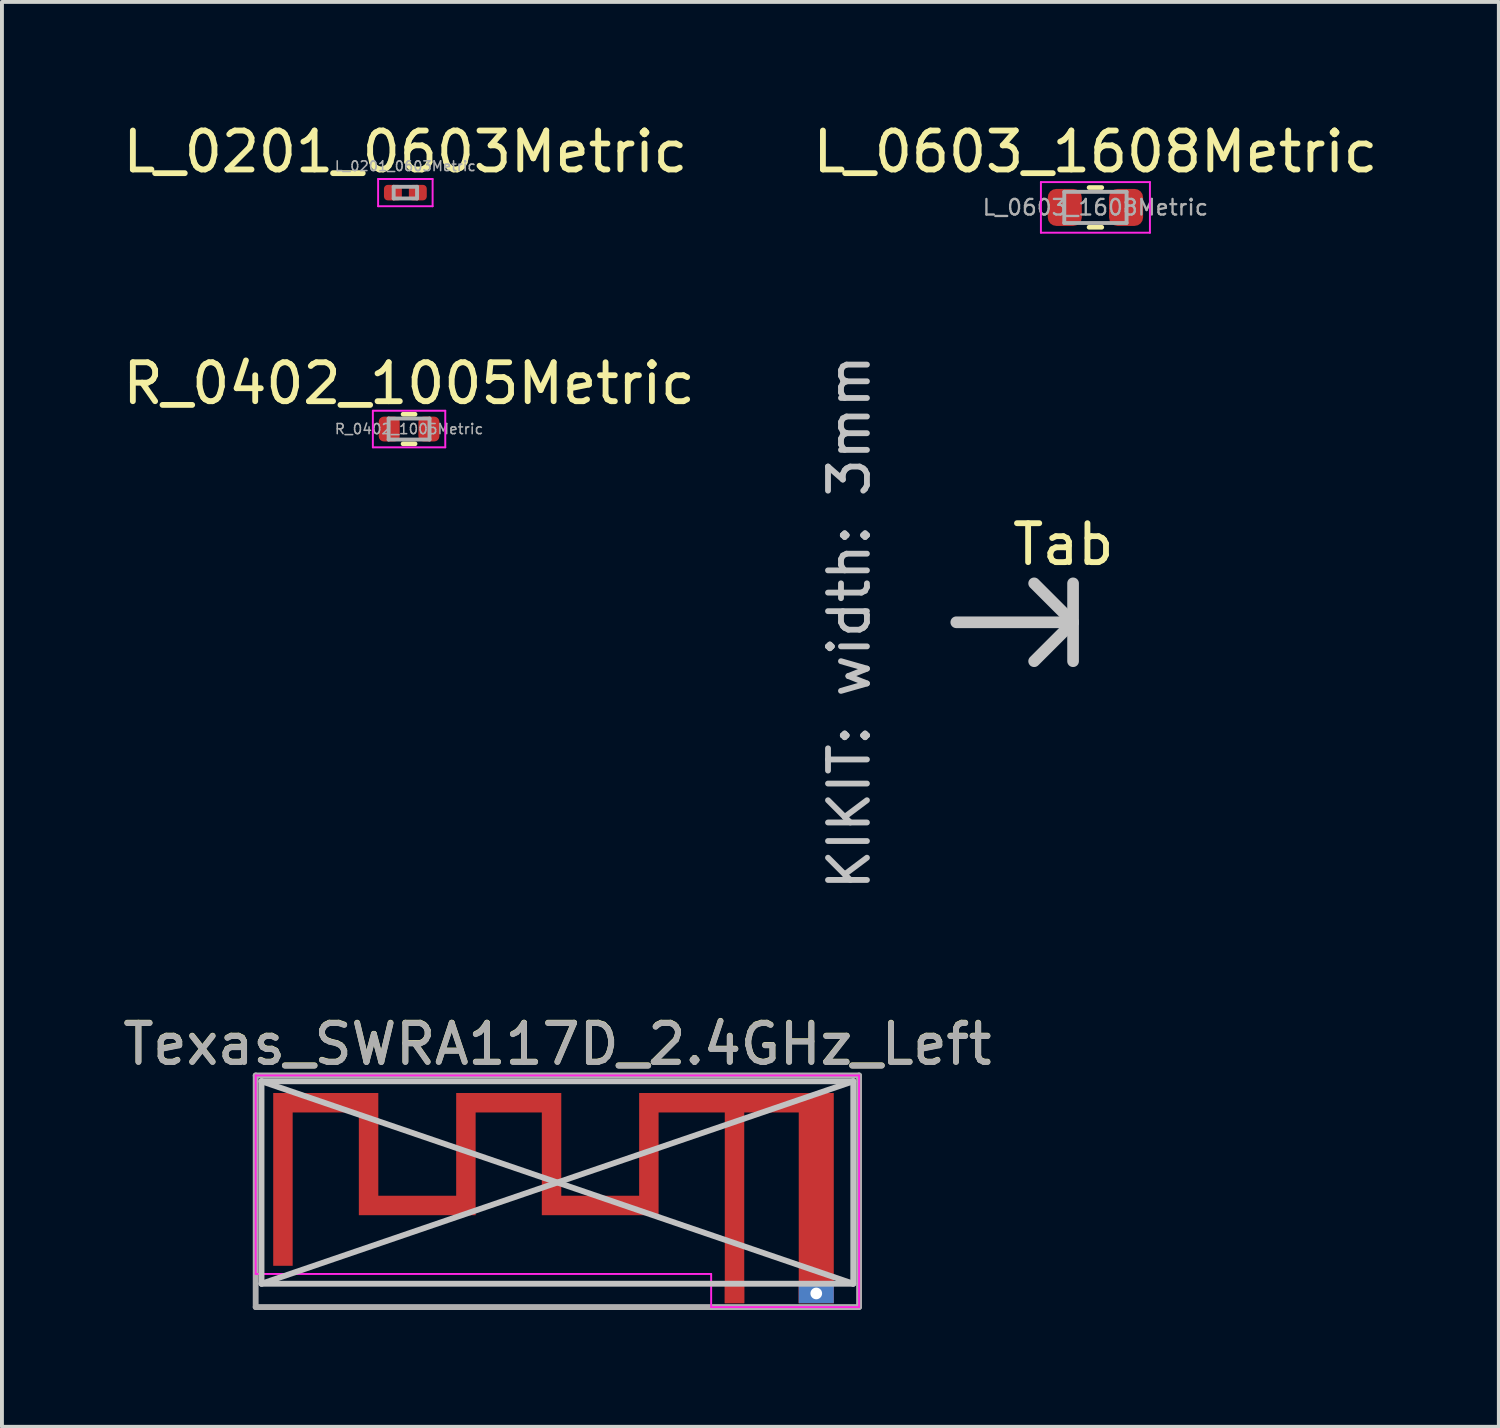
<source format=kicad_pcb>
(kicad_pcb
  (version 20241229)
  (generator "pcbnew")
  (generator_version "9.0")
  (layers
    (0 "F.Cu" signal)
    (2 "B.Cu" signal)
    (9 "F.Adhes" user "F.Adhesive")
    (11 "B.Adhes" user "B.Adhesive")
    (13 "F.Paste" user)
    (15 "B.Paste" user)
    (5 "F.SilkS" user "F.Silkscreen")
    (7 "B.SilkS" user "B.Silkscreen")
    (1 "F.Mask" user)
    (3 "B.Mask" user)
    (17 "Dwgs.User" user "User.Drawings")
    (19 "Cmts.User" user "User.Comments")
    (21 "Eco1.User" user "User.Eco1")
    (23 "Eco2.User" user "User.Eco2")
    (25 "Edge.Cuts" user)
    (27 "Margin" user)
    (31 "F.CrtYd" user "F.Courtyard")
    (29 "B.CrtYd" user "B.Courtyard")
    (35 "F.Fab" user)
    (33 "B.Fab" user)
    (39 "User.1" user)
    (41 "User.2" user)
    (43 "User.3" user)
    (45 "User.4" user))
  (footprint "L_0201_0603Metric"
    (layer "F.Cu")
    (at 7.363 1.898)
    (property "Reference" "L_0201_0603Metric" (at 0 -1.05 0) (layer "F.SilkS") (effects (font (size 1 1) (thickness 0.15))))
    (attr smd)
    (fp_line (start -0.7 -0.35) (end 0.7 -0.35) (stroke (width 0.05) (type solid)) (layer "F.CrtYd"))
    (fp_line (start -0.7 0.35) (end -0.7 -0.35) (stroke (width 0.05) (type solid)) (layer "F.CrtYd"))
    (fp_line (start 0.7 -0.35) (end 0.7 0.35) (stroke (width 0.05) (type solid)) (layer "F.CrtYd"))
    (fp_line (start 0.7 0.35) (end -0.7 0.35) (stroke (width 0.05) (type solid)) (layer "F.CrtYd"))
    (fp_line (start -0.3 -0.15) (end 0.3 -0.15) (stroke (width 0.1) (type solid)) (layer "F.Fab"))
    (fp_line (start -0.3 0.15) (end -0.3 -0.15) (stroke (width 0.1) (type solid)) (layer "F.Fab"))
    (fp_line (start 0.3 -0.15) (end 0.3 0.15) (stroke (width 0.1) (type solid)) (layer "F.Fab"))
    (fp_line (start 0.3 0.15) (end -0.3 0.15) (stroke (width 0.1) (type solid)) (layer "F.Fab"))
    (fp_text user "${REFERENCE}" (at 0 -0.68 0) (layer "F.Fab") (effects (font (size 0.25 0.25) (thickness 0.04))))
    (pad "" smd roundrect (at -0.345 0) (size 0.318 0.36) (layers "F.Paste") (roundrect_rratio 0.25))
    (pad "" smd roundrect (at 0.345 0) (size 0.318 0.36) (layers "F.Paste") (roundrect_rratio 0.25))
    (pad "1" smd roundrect (at -0.32 0) (size 0.46 0.4) (layers "F.Cu" "F.Mask") (roundrect_rratio 0.25))
    (pad "2" smd roundrect (at 0.32 0) (size 0.46 0.4) (layers "F.Cu" "F.Mask") (roundrect_rratio 0.25)))
  (footprint "R_0402_1005Metric"
    (layer "F.Cu")
    (at 7.458 7.971)
    (property "Reference" "R_0402_1005Metric" (at 0 -1.17 0) (layer "F.SilkS") (effects (font (size 1 1) (thickness 0.15))))
    (attr smd)
    (fp_line (start -0.154 -0.38) (end 0.154 -0.38) (stroke (width 0.12) (type solid)) (layer "F.SilkS"))
    (fp_line (start -0.154 0.38) (end 0.154 0.38) (stroke (width 0.12) (type solid)) (layer "F.SilkS"))
    (fp_line (start -0.93 -0.47) (end 0.93 -0.47) (stroke (width 0.05) (type solid)) (layer "F.CrtYd"))
    (fp_line (start -0.93 0.47) (end -0.93 -0.47) (stroke (width 0.05) (type solid)) (layer "F.CrtYd"))
    (fp_line (start 0.93 -0.47) (end 0.93 0.47) (stroke (width 0.05) (type solid)) (layer "F.CrtYd"))
    (fp_line (start 0.93 0.47) (end -0.93 0.47) (stroke (width 0.05) (type solid)) (layer "F.CrtYd"))
    (fp_line (start -0.525 -0.27) (end 0.525 -0.27) (stroke (width 0.1) (type solid)) (layer "F.Fab"))
    (fp_line (start -0.525 0.27) (end -0.525 -0.27) (stroke (width 0.1) (type solid)) (layer "F.Fab"))
    (fp_line (start 0.525 -0.27) (end 0.525 0.27) (stroke (width 0.1) (type solid)) (layer "F.Fab"))
    (fp_line (start 0.525 0.27) (end -0.525 0.27) (stroke (width 0.1) (type solid)) (layer "F.Fab"))
    (fp_text user "${REFERENCE}" (at 0 0 0) (layer "F.Fab") (effects (font (size 0.26 0.26) (thickness 0.04))))
    (pad "1" smd roundrect (at -0.51 0) (size 0.54 0.64) (layers "F.Cu" "F.Mask" "F.Paste") (roundrect_rratio 0.25))
    (pad "2" smd roundrect (at 0.51 0) (size 0.54 0.64) (layers "F.Cu" "F.Mask" "F.Paste") (roundrect_rratio 0.25)))
  (footprint "Tab"
    (layer "F.Cu")
    (at 24.265 12.935)
    (property "Reference" "Tab" (at 0 -2 0) (layer "F.SilkS") (effects (font (size 1 1) (thickness 0.15))))
    (attr exclude_from_pos_files exclude_from_bom)
    (fp_line (start 0.25 0) (end -2.75 0) (stroke (width 0.3) (type solid)) (layer "Dwgs.User"))
    (fp_line (start 0.25 0) (end -0.75 -1) (stroke (width 0.3) (type solid)) (layer "Dwgs.User"))
    (fp_line (start 0.25 0) (end -0.75 1) (stroke (width 0.3) (type solid)) (layer "Dwgs.User"))
    (fp_line (start 0.25 1) (end 0.25 -1) (stroke (width 0.3) (type solid)) (layer "Dwgs.User"))
    (fp_text user "KIKIT: width: 3mm" (at -5.5 0 90) (layer "Dwgs.User") (effects (font (size 1 1) (thickness 0.15)))))
  (footprint "L_0603_1608Metric"
    (layer "F.Cu")
    (at 25.089 2.278)
    (property "Reference" "L_0603_1608Metric" (at 0 -1.43 0) (layer "F.SilkS") (effects (font (size 1 1) (thickness 0.15))))
    (attr smd)
    (fp_line (start -0.163 -0.51) (end 0.163 -0.51) (stroke (width 0.12) (type solid)) (layer "F.SilkS"))
    (fp_line (start -0.163 0.51) (end 0.163 0.51) (stroke (width 0.12) (type solid)) (layer "F.SilkS"))
    (fp_line (start -1.4 -0.65) (end 1.4 -0.65) (stroke (width 0.05) (type solid)) (layer "F.CrtYd"))
    (fp_line (start -1.4 0.65) (end -1.4 -0.65) (stroke (width 0.05) (type solid)) (layer "F.CrtYd"))
    (fp_line (start 1.4 -0.65) (end 1.4 0.65) (stroke (width 0.05) (type solid)) (layer "F.CrtYd"))
    (fp_line (start 1.4 0.65) (end -1.4 0.65) (stroke (width 0.05) (type solid)) (layer "F.CrtYd"))
    (fp_line (start -0.8 -0.4) (end 0.8 -0.4) (stroke (width 0.1) (type solid)) (layer "F.Fab"))
    (fp_line (start -0.8 0.4) (end -0.8 -0.4) (stroke (width 0.1) (type solid)) (layer "F.Fab"))
    (fp_line (start 0.8 -0.4) (end 0.8 0.4) (stroke (width 0.1) (type solid)) (layer "F.Fab"))
    (fp_line (start 0.8 0.4) (end -0.8 0.4) (stroke (width 0.1) (type solid)) (layer "F.Fab"))
    (fp_text user "${REFERENCE}" (at 0 0 0) (layer "F.Fab") (effects (font (size 0.4 0.4) (thickness 0.06))))
    (pad "1" smd roundrect (at -0.787 0) (size 0.875 0.95) (layers "F.Cu" "F.Mask" "F.Paste") (roundrect_rratio 0.25))
    (pad "2" smd roundrect (at 0.787 0) (size 0.875 0.95) (layers "F.Cu" "F.Mask" "F.Paste") (roundrect_rratio 0.25)))
  (footprint "Texas_SWRA117D_2.4GHz_Left"
    (layer "F.Cu")
    (at 15.818 30.176)
    (property "Reference" "Texas_SWRA117D_2.4GHz_Left" (at -4.55 -6.41 0) (layer "F.SilkS") (effects (font (size 1 1) (thickness 0.15))))
    (attr exclude_from_pos_files exclude_from_bom)
    (fp_poly (pts (xy -2.45 -2.51) (xy -4.45 -2.51) (xy -4.45 -5.15) (xy -7.15 -5.15) (xy -7.15 -2.51) (xy -9.15 -2.51) (xy -9.15 -5.15) (xy -11.85 -5.15) (xy -11.85 -0.71) (xy -11.35 -0.71) (xy -11.35 -4.65) (xy -9.65 -4.65) (xy -9.65 -2.01) (xy -6.65 -2.01) (xy -6.65 -4.65) (xy -4.95 -4.65) (xy -4.95 -2.01) (xy -1.95 -2.01) (xy -1.95 -4.65) (xy -0.25 -4.65) (xy -0.25 0.25) (xy 0.25 0.25) (xy 0.25 -4.65) (xy 1.65 -4.65) (xy 1.65 0.25) (xy 2.55 0.25) (xy 2.55 0.007) (xy 2.248 0.007) (xy 2.238 0.054) (xy 2.214 0.097) (xy 2.176 0.13) (xy 2.168 0.134) (xy 2.125 0.146) (xy 2.077 0.145) (xy 2.031 0.132) (xy 2.013 0.122) (xy 1.979 0.087) (xy 1.958 0.041) (xy 1.952 -0.008) (xy 1.96 -0.056) (xy 1.977 -0.089) (xy 2.012 -0.121) (xy 2.058 -0.141) (xy 2.107 -0.148) (xy 2.155 -0.14) (xy 2.188 -0.123) (xy 2.223 -0.086) (xy 2.243 -0.042) (xy 2.248 0.007) (xy 2.55 0.007) (xy 2.55 -5.15) (xy -2.45 -5.15) (xy -2.45 -2.51)) (stroke (width 0) (type solid)) (fill yes) (layer "F.Cu"))
    (fp_poly (pts (xy -9.15 -2.51) (xy -7.15 -2.51) (xy -7.15 -5.15) (xy -4.45 -5.15) (xy -4.45 -2.51) (xy -2.45 -2.51) (xy -2.45 -5.15) (xy 2.55 -5.15) (xy 2.55 -0.71) (xy 1.65 -0.71) (xy 1.65 -4.65) (xy 0.25 -4.65) (xy 0.25 -0.71) (xy -0.25 -0.71) (xy -0.25 -4.65) (xy -1.95 -4.65) (xy -1.95 -2.01) (xy -4.95 -2.01) (xy -4.95 -4.65) (xy -6.65 -4.65) (xy -6.65 -2.01) (xy -9.65 -2.01) (xy -9.65 -4.65) (xy -11.35 -4.65) (xy -11.35 -0.71) (xy -11.85 -0.71) (xy -11.85 -5.15) (xy -9.15 -5.15)) (stroke (width 0.1) (type solid)) (fill yes) (layer "F.Mask"))
    (fp_line (start -12.15 -0.25) (end -12.15 -5.45) (stroke (width 0.15) (type solid)) (layer "Dwgs.User"))
    (fp_line (start 3.05 -5.45) (end -12.15 -5.45) (stroke (width 0.15) (type solid)) (layer "Dwgs.User"))
    (fp_line (start 3.05 -5.45) (end -12.15 -0.25) (stroke (width 0.15) (type solid)) (layer "Dwgs.User"))
    (fp_line (start 3.05 -0.25) (end -12.15 -5.45) (stroke (width 0.15) (type solid)) (layer "Dwgs.User"))
    (fp_line (start 3.05 -0.25) (end -12.15 -0.25) (stroke (width 0.15) (type solid)) (layer "Dwgs.User"))
    (fp_line (start 3.05 -0.25) (end 3.05 -5.45) (stroke (width 0.15) (type solid)) (layer "Dwgs.User"))
    (fp_line (start -12.3 -5.6) (end -12.3 -0.5) (stroke (width 0.05) (type solid)) (layer "F.CrtYd"))
    (fp_line (start -12.3 -0.5) (end -0.6 -0.5) (stroke (width 0.05) (type solid)) (layer "F.CrtYd"))
    (fp_line (start -0.6 0.35) (end -0.6 -0.5) (stroke (width 0.05) (type solid)) (layer "F.CrtYd"))
    (fp_line (start 3.2 -5.6) (end -12.3 -5.6) (stroke (width 0.05) (type solid)) (layer "F.CrtYd"))
    (fp_line (start 3.2 0.35) (end -0.6 0.35) (stroke (width 0.05) (type solid)) (layer "F.CrtYd"))
    (fp_line (start 3.2 0.35) (end 3.2 -5.6) (stroke (width 0.05) (type solid)) (layer "F.CrtYd"))
    (fp_line (start -12.3 -5.6) (end -12.3 0.35) (stroke (width 0.15) (type solid)) (layer "F.Fab"))
    (fp_line (start -12.3 0.35) (end 3.2 0.35) (stroke (width 0.15) (type solid)) (layer "F.Fab"))
    (fp_line (start 3.2 -5.6) (end -12.3 -5.6) (stroke (width 0.15) (type solid)) (layer "F.Fab"))
    (fp_line (start 3.2 0.35) (end 3.2 -5.6) (stroke (width 0.15) (type solid)) (layer "F.Fab"))
    (fp_text user "${REFERENCE}" (at -4.55 -6.4 0) (layer "F.Fab") (effects (font (size 1 1) (thickness 0.15))))
    (pad "1" connect rect (at 0 0) (size 0.5 0.5) (layers "F.Cu"))
    (pad "2" thru_hole rect (at 2.1 0) (size 0.9 0.5) (drill 0.3) (layers "*.Cu")))
  (gr_rect
    (start -3 -3)
    (end 35.452 33.601)
    (stroke (width 0.1) (type default))
    (fill no)
    (layer "Edge.Cuts")))
</source>
